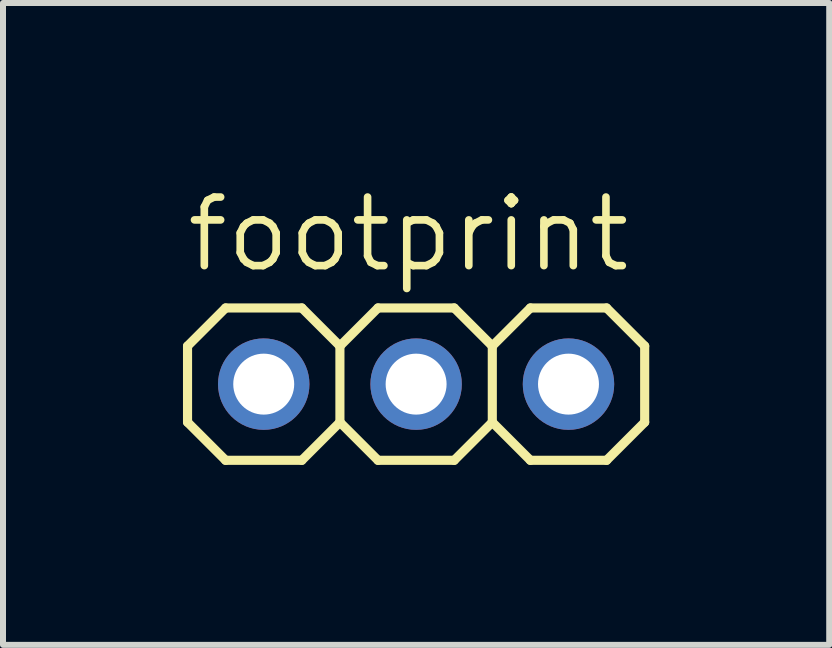
<source format=kicad_pcb>
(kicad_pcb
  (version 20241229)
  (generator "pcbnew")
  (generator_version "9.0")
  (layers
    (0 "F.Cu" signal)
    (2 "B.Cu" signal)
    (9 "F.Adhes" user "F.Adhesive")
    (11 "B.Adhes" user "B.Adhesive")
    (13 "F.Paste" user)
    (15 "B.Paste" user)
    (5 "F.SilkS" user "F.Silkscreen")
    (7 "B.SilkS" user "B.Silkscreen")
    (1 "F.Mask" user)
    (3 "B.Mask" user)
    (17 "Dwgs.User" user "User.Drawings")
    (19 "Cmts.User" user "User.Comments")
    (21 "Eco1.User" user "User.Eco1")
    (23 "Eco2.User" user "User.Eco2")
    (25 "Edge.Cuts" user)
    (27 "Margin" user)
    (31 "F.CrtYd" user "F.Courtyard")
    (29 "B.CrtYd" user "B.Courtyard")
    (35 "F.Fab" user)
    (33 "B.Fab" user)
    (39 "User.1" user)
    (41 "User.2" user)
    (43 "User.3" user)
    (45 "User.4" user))
  (footprint "footprint"
    (layer "F.Cu")
    (at 3.886 3.353)
    (property "Reference" "footprint" (at -3.886 -1.829 0) (layer "F.SilkS") (effects (font (size 1.143 1.143) (thickness 0.127)) (justify left bottom)))
    (fp_line (start -3.81 -0.635) (end -3.81 0.635) (stroke (width 0.152) (type solid)) (layer "F.SilkS"))
    (fp_line (start -3.81 0.635) (end -3.175 1.27) (stroke (width 0.152) (type solid)) (layer "F.SilkS"))
    (fp_line (start -3.175 -1.27) (end -3.81 -0.635) (stroke (width 0.152) (type solid)) (layer "F.SilkS"))
    (fp_line (start -3.175 -1.27) (end -1.905 -1.27) (stroke (width 0.152) (type solid)) (layer "F.SilkS"))
    (fp_line (start -1.905 -1.27) (end -1.27 -0.635) (stroke (width 0.152) (type solid)) (layer "F.SilkS"))
    (fp_line (start -1.905 1.27) (end -3.175 1.27) (stroke (width 0.152) (type solid)) (layer "F.SilkS"))
    (fp_line (start -1.27 -0.635) (end -1.27 0.635) (stroke (width 0.152) (type solid)) (layer "F.SilkS"))
    (fp_line (start -1.27 -0.635) (end -0.635 -1.27) (stroke (width 0.152) (type solid)) (layer "F.SilkS"))
    (fp_line (start -1.27 0.635) (end -1.905 1.27) (stroke (width 0.152) (type solid)) (layer "F.SilkS"))
    (fp_line (start -0.635 -1.27) (end 0.635 -1.27) (stroke (width 0.152) (type solid)) (layer "F.SilkS"))
    (fp_line (start -0.635 1.27) (end -1.27 0.635) (stroke (width 0.152) (type solid)) (layer "F.SilkS"))
    (fp_line (start 0.635 -1.27) (end 1.27 -0.635) (stroke (width 0.152) (type solid)) (layer "F.SilkS"))
    (fp_line (start 0.635 1.27) (end -0.635 1.27) (stroke (width 0.152) (type solid)) (layer "F.SilkS"))
    (fp_line (start 1.27 -0.635) (end 1.27 0.635) (stroke (width 0.152) (type solid)) (layer "F.SilkS"))
    (fp_line (start 1.27 -0.635) (end 1.905 -1.27) (stroke (width 0.152) (type solid)) (layer "F.SilkS"))
    (fp_line (start 1.27 0.635) (end 0.635 1.27) (stroke (width 0.152) (type solid)) (layer "F.SilkS"))
    (fp_line (start 1.905 -1.27) (end 3.175 -1.27) (stroke (width 0.152) (type solid)) (layer "F.SilkS"))
    (fp_line (start 1.905 1.27) (end 1.27 0.635) (stroke (width 0.152) (type solid)) (layer "F.SilkS"))
    (fp_line (start 3.175 -1.27) (end 3.81 -0.635) (stroke (width 0.152) (type solid)) (layer "F.SilkS"))
    (fp_line (start 3.175 1.27) (end 1.905 1.27) (stroke (width 0.152) (type solid)) (layer "F.SilkS"))
    (fp_line (start 3.81 -0.635) (end 3.81 0.635) (stroke (width 0.152) (type solid)) (layer "F.SilkS"))
    (fp_line (start 3.81 0.635) (end 3.175 1.27) (stroke (width 0.152) (type solid)) (layer "F.SilkS"))
    (fp_poly (pts (xy -2.794 0.254) (xy -2.286 0.254) (xy -2.286 -0.254) (xy -2.794 -0.254)) (stroke (width 0.1) (type solid)) (fill no) (layer "F.Fab"))
    (fp_poly (pts (xy -0.254 0.254) (xy 0.254 0.254) (xy 0.254 -0.254) (xy -0.254 -0.254)) (stroke (width 0.1) (type solid)) (fill no) (layer "F.Fab"))
    (fp_poly (pts (xy 2.286 0.254) (xy 2.794 0.254) (xy 2.794 -0.254) (xy 2.286 -0.254)) (stroke (width 0.1) (type solid)) (fill no) (layer "F.Fab"))
    (pad "1" thru_hole circle (at -2.54 0 90) (size 1.524 1.524) (drill 1.016) (layers "*.Cu" "*.Mask"))
    (pad "2" thru_hole circle (at 0 0 90) (size 1.524 1.524) (drill 1.016) (layers "*.Cu" "*.Mask"))
    (pad "3" thru_hole circle (at 2.54 0 90) (size 1.524 1.524) (drill 1.016) (layers "*.Cu" "*.Mask")))
  (gr_rect
    (start -3 -3)
    (end 10.772 7.699)
    (stroke (width 0.1) (type default))
    (fill no)
    (layer "Edge.Cuts")))
</source>
